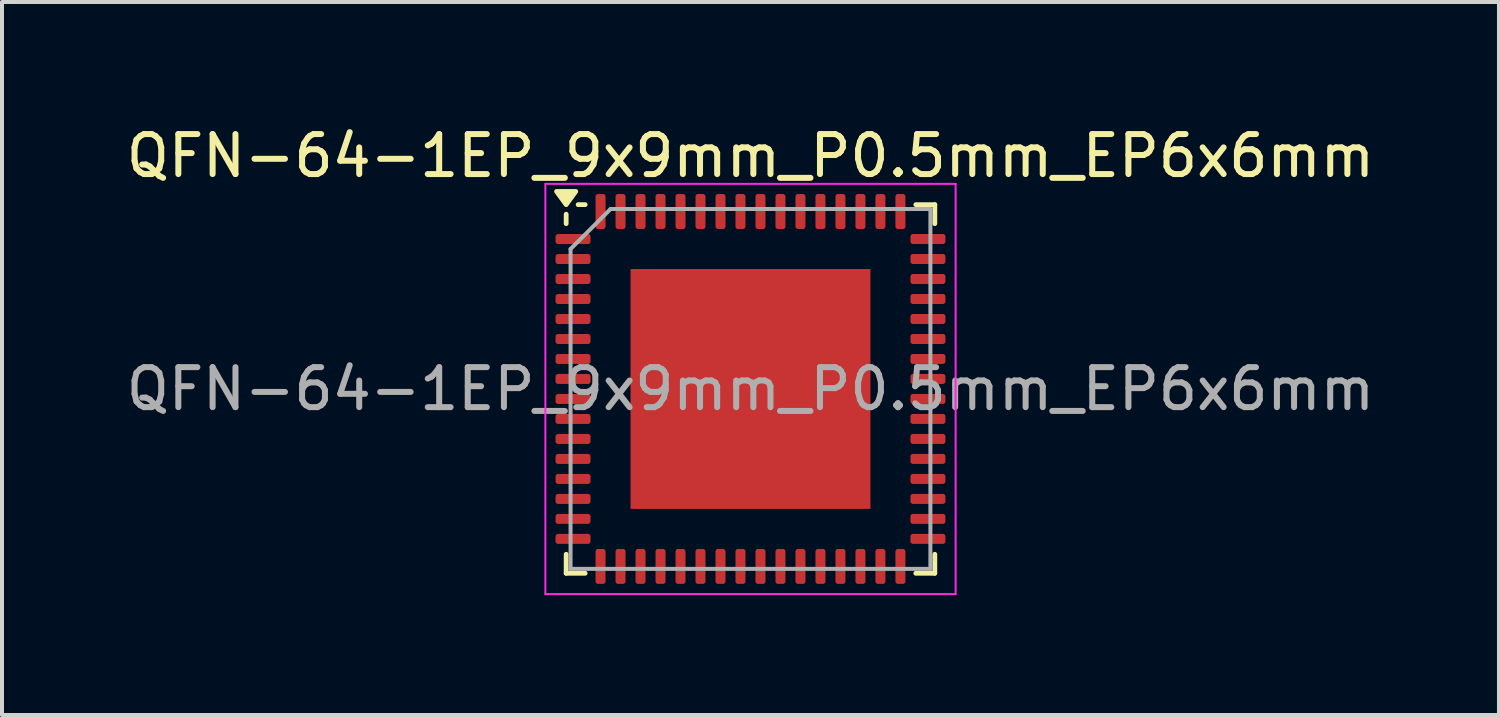
<source format=kicad_pcb>
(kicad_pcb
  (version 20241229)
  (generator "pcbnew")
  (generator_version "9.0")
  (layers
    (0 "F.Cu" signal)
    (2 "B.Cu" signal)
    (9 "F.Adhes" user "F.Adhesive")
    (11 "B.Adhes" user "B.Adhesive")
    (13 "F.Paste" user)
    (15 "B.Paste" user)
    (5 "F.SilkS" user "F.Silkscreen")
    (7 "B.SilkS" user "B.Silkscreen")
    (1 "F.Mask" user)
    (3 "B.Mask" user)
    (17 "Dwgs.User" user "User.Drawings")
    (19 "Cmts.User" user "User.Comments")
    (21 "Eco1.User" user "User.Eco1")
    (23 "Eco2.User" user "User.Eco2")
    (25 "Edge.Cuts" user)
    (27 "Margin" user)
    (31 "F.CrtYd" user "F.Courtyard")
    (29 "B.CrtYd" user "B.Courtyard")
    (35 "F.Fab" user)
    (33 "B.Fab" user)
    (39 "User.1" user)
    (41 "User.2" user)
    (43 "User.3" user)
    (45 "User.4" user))
  (footprint "QFN-64-1EP_9x9mm_P0.5mm_EP6x6mm"
    (layer "F.Cu")
    (at 15.72 6.678)
    (property "Reference" "QFN-64-1EP_9x9mm_P0.5mm_EP6x6mm" (at 0 -5.83 0) (layer "F.SilkS") (effects (font (size 1 1) (thickness 0.15))))
    (attr smd)
    (fp_line (start -4.61 -4.135) (end -4.61 -4.37) (stroke (width 0.12) (type solid)) (layer "F.SilkS"))
    (fp_line (start -4.61 4.61) (end -4.61 4.135) (stroke (width 0.12) (type solid)) (layer "F.SilkS"))
    (fp_line (start -4.135 -4.61) (end -4.31 -4.61) (stroke (width 0.12) (type solid)) (layer "F.SilkS"))
    (fp_line (start -4.135 4.61) (end -4.61 4.61) (stroke (width 0.12) (type solid)) (layer "F.SilkS"))
    (fp_line (start 4.135 -4.61) (end 4.61 -4.61) (stroke (width 0.12) (type solid)) (layer "F.SilkS"))
    (fp_line (start 4.135 4.61) (end 4.61 4.61) (stroke (width 0.12) (type solid)) (layer "F.SilkS"))
    (fp_line (start 4.61 -4.61) (end 4.61 -4.135) (stroke (width 0.12) (type solid)) (layer "F.SilkS"))
    (fp_line (start 4.61 4.61) (end 4.61 4.135) (stroke (width 0.12) (type solid)) (layer "F.SilkS"))
    (fp_poly (pts (xy -4.61 -4.61) (xy -4.85 -4.94) (xy -4.37 -4.94) (xy -4.61 -4.61)) (stroke (width 0.12) (type solid)) (fill yes) (layer "F.SilkS"))
    (fp_line (start -5.13 -5.13) (end -5.13 5.13) (stroke (width 0.05) (type solid)) (layer "F.CrtYd"))
    (fp_line (start -5.13 5.13) (end 5.13 5.13) (stroke (width 0.05) (type solid)) (layer "F.CrtYd"))
    (fp_line (start 5.13 -5.13) (end -5.13 -5.13) (stroke (width 0.05) (type solid)) (layer "F.CrtYd"))
    (fp_line (start 5.13 5.13) (end 5.13 -5.13) (stroke (width 0.05) (type solid)) (layer "F.CrtYd"))
    (fp_line (start -4.5 -3.5) (end -3.5 -4.5) (stroke (width 0.1) (type solid)) (layer "F.Fab"))
    (fp_line (start -4.5 4.5) (end -4.5 -3.5) (stroke (width 0.1) (type solid)) (layer "F.Fab"))
    (fp_line (start -3.5 -4.5) (end 4.5 -4.5) (stroke (width 0.1) (type solid)) (layer "F.Fab"))
    (fp_line (start 4.5 -4.5) (end 4.5 4.5) (stroke (width 0.1) (type solid)) (layer "F.Fab"))
    (fp_line (start 4.5 4.5) (end -4.5 4.5) (stroke (width 0.1) (type solid)) (layer "F.Fab"))
    (fp_text user "${REFERENCE}" (at 0 0 0) (layer "F.Fab") (effects (font (size 1 1) (thickness 0.15))))
    (pad "" smd roundrect (at -2.25 -2.25) (size 1.21 1.21) (layers "F.Paste") (roundrect_rratio 0.207))
    (pad "" smd roundrect (at -2.25 -0.75) (size 1.21 1.21) (layers "F.Paste") (roundrect_rratio 0.207))
    (pad "" smd roundrect (at -2.25 0.75) (size 1.21 1.21) (layers "F.Paste") (roundrect_rratio 0.207))
    (pad "" smd roundrect (at -2.25 2.25) (size 1.21 1.21) (layers "F.Paste") (roundrect_rratio 0.207))
    (pad "" smd roundrect (at -0.75 -2.25) (size 1.21 1.21) (layers "F.Paste") (roundrect_rratio 0.207))
    (pad "" smd roundrect (at -0.75 -0.75) (size 1.21 1.21) (layers "F.Paste") (roundrect_rratio 0.207))
    (pad "" smd roundrect (at -0.75 0.75) (size 1.21 1.21) (layers "F.Paste") (roundrect_rratio 0.207))
    (pad "" smd roundrect (at -0.75 2.25) (size 1.21 1.21) (layers "F.Paste") (roundrect_rratio 0.207))
    (pad "" smd roundrect (at 0.75 -2.25) (size 1.21 1.21) (layers "F.Paste") (roundrect_rratio 0.207))
    (pad "" smd roundrect (at 0.75 -0.75) (size 1.21 1.21) (layers "F.Paste") (roundrect_rratio 0.207))
    (pad "" smd roundrect (at 0.75 0.75) (size 1.21 1.21) (layers "F.Paste") (roundrect_rratio 0.207))
    (pad "" smd roundrect (at 0.75 2.25) (size 1.21 1.21) (layers "F.Paste") (roundrect_rratio 0.207))
    (pad "" smd roundrect (at 2.25 -2.25) (size 1.21 1.21) (layers "F.Paste") (roundrect_rratio 0.207))
    (pad "" smd roundrect (at 2.25 -0.75) (size 1.21 1.21) (layers "F.Paste") (roundrect_rratio 0.207))
    (pad "" smd roundrect (at 2.25 0.75) (size 1.21 1.21) (layers "F.Paste") (roundrect_rratio 0.207))
    (pad "" smd roundrect (at 2.25 2.25) (size 1.21 1.21) (layers "F.Paste") (roundrect_rratio 0.207))
    (pad "1" smd roundrect (at -4.438 -3.75) (size 0.875 0.25) (layers "F.Cu" "F.Mask" "F.Paste") (roundrect_rratio 0.25))
    (pad "2" smd roundrect (at -4.438 -3.25) (size 0.875 0.25) (layers "F.Cu" "F.Mask" "F.Paste") (roundrect_rratio 0.25))
    (pad "3" smd roundrect (at -4.438 -2.75) (size 0.875 0.25) (layers "F.Cu" "F.Mask" "F.Paste") (roundrect_rratio 0.25))
    (pad "4" smd roundrect (at -4.438 -2.25) (size 0.875 0.25) (layers "F.Cu" "F.Mask" "F.Paste") (roundrect_rratio 0.25))
    (pad "5" smd roundrect (at -4.438 -1.75) (size 0.875 0.25) (layers "F.Cu" "F.Mask" "F.Paste") (roundrect_rratio 0.25))
    (pad "6" smd roundrect (at -4.438 -1.25) (size 0.875 0.25) (layers "F.Cu" "F.Mask" "F.Paste") (roundrect_rratio 0.25))
    (pad "7" smd roundrect (at -4.438 -0.75) (size 0.875 0.25) (layers "F.Cu" "F.Mask" "F.Paste") (roundrect_rratio 0.25))
    (pad "8" smd roundrect (at -4.438 -0.25) (size 0.875 0.25) (layers "F.Cu" "F.Mask" "F.Paste") (roundrect_rratio 0.25))
    (pad "9" smd roundrect (at -4.438 0.25) (size 0.875 0.25) (layers "F.Cu" "F.Mask" "F.Paste") (roundrect_rratio 0.25))
    (pad "10" smd roundrect (at -4.438 0.75) (size 0.875 0.25) (layers "F.Cu" "F.Mask" "F.Paste") (roundrect_rratio 0.25))
    (pad "11" smd roundrect (at -4.438 1.25) (size 0.875 0.25) (layers "F.Cu" "F.Mask" "F.Paste") (roundrect_rratio 0.25))
    (pad "12" smd roundrect (at -4.438 1.75) (size 0.875 0.25) (layers "F.Cu" "F.Mask" "F.Paste") (roundrect_rratio 0.25))
    (pad "13" smd roundrect (at -4.438 2.25) (size 0.875 0.25) (layers "F.Cu" "F.Mask" "F.Paste") (roundrect_rratio 0.25))
    (pad "14" smd roundrect (at -4.438 2.75) (size 0.875 0.25) (layers "F.Cu" "F.Mask" "F.Paste") (roundrect_rratio 0.25))
    (pad "15" smd roundrect (at -4.438 3.25) (size 0.875 0.25) (layers "F.Cu" "F.Mask" "F.Paste") (roundrect_rratio 0.25))
    (pad "16" smd roundrect (at -4.438 3.75) (size 0.875 0.25) (layers "F.Cu" "F.Mask" "F.Paste") (roundrect_rratio 0.25))
    (pad "17" smd roundrect (at -3.75 4.438) (size 0.25 0.875) (layers "F.Cu" "F.Mask" "F.Paste") (roundrect_rratio 0.25))
    (pad "18" smd roundrect (at -3.25 4.438) (size 0.25 0.875) (layers "F.Cu" "F.Mask" "F.Paste") (roundrect_rratio 0.25))
    (pad "19" smd roundrect (at -2.75 4.438) (size 0.25 0.875) (layers "F.Cu" "F.Mask" "F.Paste") (roundrect_rratio 0.25))
    (pad "20" smd roundrect (at -2.25 4.438) (size 0.25 0.875) (layers "F.Cu" "F.Mask" "F.Paste") (roundrect_rratio 0.25))
    (pad "21" smd roundrect (at -1.75 4.438) (size 0.25 0.875) (layers "F.Cu" "F.Mask" "F.Paste") (roundrect_rratio 0.25))
    (pad "22" smd roundrect (at -1.25 4.438) (size 0.25 0.875) (layers "F.Cu" "F.Mask" "F.Paste") (roundrect_rratio 0.25))
    (pad "23" smd roundrect (at -0.75 4.438) (size 0.25 0.875) (layers "F.Cu" "F.Mask" "F.Paste") (roundrect_rratio 0.25))
    (pad "24" smd roundrect (at -0.25 4.438) (size 0.25 0.875) (layers "F.Cu" "F.Mask" "F.Paste") (roundrect_rratio 0.25))
    (pad "25" smd roundrect (at 0.25 4.438) (size 0.25 0.875) (layers "F.Cu" "F.Mask" "F.Paste") (roundrect_rratio 0.25))
    (pad "26" smd roundrect (at 0.75 4.438) (size 0.25 0.875) (layers "F.Cu" "F.Mask" "F.Paste") (roundrect_rratio 0.25))
    (pad "27" smd roundrect (at 1.25 4.438) (size 0.25 0.875) (layers "F.Cu" "F.Mask" "F.Paste") (roundrect_rratio 0.25))
    (pad "28" smd roundrect (at 1.75 4.438) (size 0.25 0.875) (layers "F.Cu" "F.Mask" "F.Paste") (roundrect_rratio 0.25))
    (pad "29" smd roundrect (at 2.25 4.438) (size 0.25 0.875) (layers "F.Cu" "F.Mask" "F.Paste") (roundrect_rratio 0.25))
    (pad "30" smd roundrect (at 2.75 4.438) (size 0.25 0.875) (layers "F.Cu" "F.Mask" "F.Paste") (roundrect_rratio 0.25))
    (pad "31" smd roundrect (at 3.25 4.438) (size 0.25 0.875) (layers "F.Cu" "F.Mask" "F.Paste") (roundrect_rratio 0.25))
    (pad "32" smd roundrect (at 3.75 4.438) (size 0.25 0.875) (layers "F.Cu" "F.Mask" "F.Paste") (roundrect_rratio 0.25))
    (pad "33" smd roundrect (at 4.438 3.75) (size 0.875 0.25) (layers "F.Cu" "F.Mask" "F.Paste") (roundrect_rratio 0.25))
    (pad "34" smd roundrect (at 4.438 3.25) (size 0.875 0.25) (layers "F.Cu" "F.Mask" "F.Paste") (roundrect_rratio 0.25))
    (pad "35" smd roundrect (at 4.438 2.75) (size 0.875 0.25) (layers "F.Cu" "F.Mask" "F.Paste") (roundrect_rratio 0.25))
    (pad "36" smd roundrect (at 4.438 2.25) (size 0.875 0.25) (layers "F.Cu" "F.Mask" "F.Paste") (roundrect_rratio 0.25))
    (pad "37" smd roundrect (at 4.438 1.75) (size 0.875 0.25) (layers "F.Cu" "F.Mask" "F.Paste") (roundrect_rratio 0.25))
    (pad "38" smd roundrect (at 4.438 1.25) (size 0.875 0.25) (layers "F.Cu" "F.Mask" "F.Paste") (roundrect_rratio 0.25))
    (pad "39" smd roundrect (at 4.438 0.75) (size 0.875 0.25) (layers "F.Cu" "F.Mask" "F.Paste") (roundrect_rratio 0.25))
    (pad "40" smd roundrect (at 4.438 0.25) (size 0.875 0.25) (layers "F.Cu" "F.Mask" "F.Paste") (roundrect_rratio 0.25))
    (pad "41" smd roundrect (at 4.438 -0.25) (size 0.875 0.25) (layers "F.Cu" "F.Mask" "F.Paste") (roundrect_rratio 0.25))
    (pad "42" smd roundrect (at 4.438 -0.75) (size 0.875 0.25) (layers "F.Cu" "F.Mask" "F.Paste") (roundrect_rratio 0.25))
    (pad "43" smd roundrect (at 4.438 -1.25) (size 0.875 0.25) (layers "F.Cu" "F.Mask" "F.Paste") (roundrect_rratio 0.25))
    (pad "44" smd roundrect (at 4.438 -1.75) (size 0.875 0.25) (layers "F.Cu" "F.Mask" "F.Paste") (roundrect_rratio 0.25))
    (pad "45" smd roundrect (at 4.438 -2.25) (size 0.875 0.25) (layers "F.Cu" "F.Mask" "F.Paste") (roundrect_rratio 0.25))
    (pad "46" smd roundrect (at 4.438 -2.75) (size 0.875 0.25) (layers "F.Cu" "F.Mask" "F.Paste") (roundrect_rratio 0.25))
    (pad "47" smd roundrect (at 4.438 -3.25) (size 0.875 0.25) (layers "F.Cu" "F.Mask" "F.Paste") (roundrect_rratio 0.25))
    (pad "48" smd roundrect (at 4.438 -3.75) (size 0.875 0.25) (layers "F.Cu" "F.Mask" "F.Paste") (roundrect_rratio 0.25))
    (pad "49" smd roundrect (at 3.75 -4.438) (size 0.25 0.875) (layers "F.Cu" "F.Mask" "F.Paste") (roundrect_rratio 0.25))
    (pad "50" smd roundrect (at 3.25 -4.438) (size 0.25 0.875) (layers "F.Cu" "F.Mask" "F.Paste") (roundrect_rratio 0.25))
    (pad "51" smd roundrect (at 2.75 -4.438) (size 0.25 0.875) (layers "F.Cu" "F.Mask" "F.Paste") (roundrect_rratio 0.25))
    (pad "52" smd roundrect (at 2.25 -4.438) (size 0.25 0.875) (layers "F.Cu" "F.Mask" "F.Paste") (roundrect_rratio 0.25))
    (pad "53" smd roundrect (at 1.75 -4.438) (size 0.25 0.875) (layers "F.Cu" "F.Mask" "F.Paste") (roundrect_rratio 0.25))
    (pad "54" smd roundrect (at 1.25 -4.438) (size 0.25 0.875) (layers "F.Cu" "F.Mask" "F.Paste") (roundrect_rratio 0.25))
    (pad "55" smd roundrect (at 0.75 -4.438) (size 0.25 0.875) (layers "F.Cu" "F.Mask" "F.Paste") (roundrect_rratio 0.25))
    (pad "56" smd roundrect (at 0.25 -4.438) (size 0.25 0.875) (layers "F.Cu" "F.Mask" "F.Paste") (roundrect_rratio 0.25))
    (pad "57" smd roundrect (at -0.25 -4.438) (size 0.25 0.875) (layers "F.Cu" "F.Mask" "F.Paste") (roundrect_rratio 0.25))
    (pad "58" smd roundrect (at -0.75 -4.438) (size 0.25 0.875) (layers "F.Cu" "F.Mask" "F.Paste") (roundrect_rratio 0.25))
    (pad "59" smd roundrect (at -1.25 -4.438) (size 0.25 0.875) (layers "F.Cu" "F.Mask" "F.Paste") (roundrect_rratio 0.25))
    (pad "60" smd roundrect (at -1.75 -4.438) (size 0.25 0.875) (layers "F.Cu" "F.Mask" "F.Paste") (roundrect_rratio 0.25))
    (pad "61" smd roundrect (at -2.25 -4.438) (size 0.25 0.875) (layers "F.Cu" "F.Mask" "F.Paste") (roundrect_rratio 0.25))
    (pad "62" smd roundrect (at -2.75 -4.438) (size 0.25 0.875) (layers "F.Cu" "F.Mask" "F.Paste") (roundrect_rratio 0.25))
    (pad "63" smd roundrect (at -3.25 -4.438) (size 0.25 0.875) (layers "F.Cu" "F.Mask" "F.Paste") (roundrect_rratio 0.25))
    (pad "64" smd roundrect (at -3.75 -4.438) (size 0.25 0.875) (layers "F.Cu" "F.Mask" "F.Paste") (roundrect_rratio 0.25))
    (pad "65" smd rect (at 0 0) (size 6 6) (property pad_prop_heatsink) (layers "F.Cu" "F.Mask")))
  (gr_rect
    (start -3 -3)
    (end 34.44 14.833)
    (stroke (width 0.1) (type default))
    (fill no)
    (layer "Edge.Cuts")))
</source>
